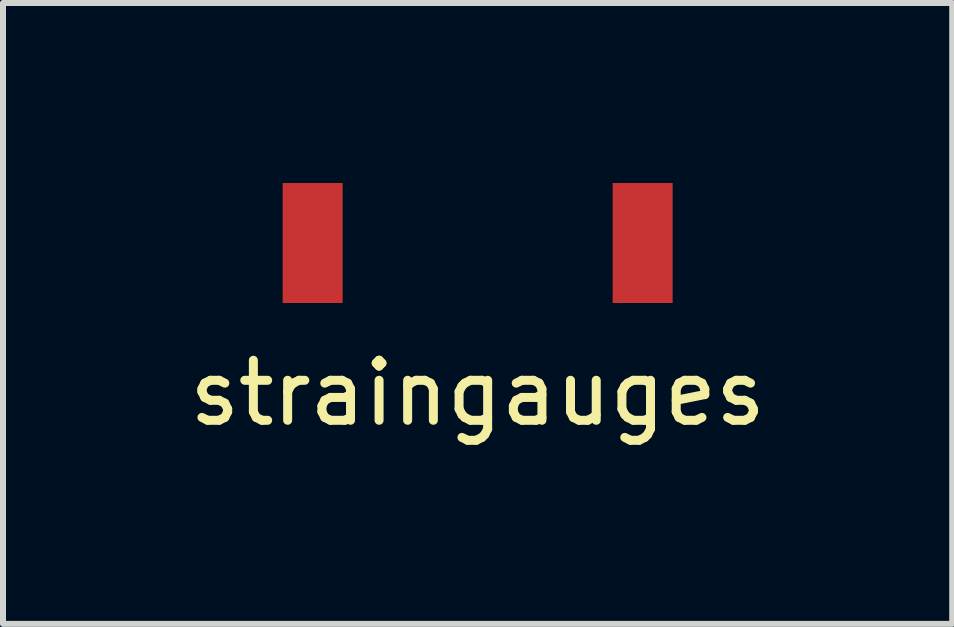
<source format=kicad_pcb>
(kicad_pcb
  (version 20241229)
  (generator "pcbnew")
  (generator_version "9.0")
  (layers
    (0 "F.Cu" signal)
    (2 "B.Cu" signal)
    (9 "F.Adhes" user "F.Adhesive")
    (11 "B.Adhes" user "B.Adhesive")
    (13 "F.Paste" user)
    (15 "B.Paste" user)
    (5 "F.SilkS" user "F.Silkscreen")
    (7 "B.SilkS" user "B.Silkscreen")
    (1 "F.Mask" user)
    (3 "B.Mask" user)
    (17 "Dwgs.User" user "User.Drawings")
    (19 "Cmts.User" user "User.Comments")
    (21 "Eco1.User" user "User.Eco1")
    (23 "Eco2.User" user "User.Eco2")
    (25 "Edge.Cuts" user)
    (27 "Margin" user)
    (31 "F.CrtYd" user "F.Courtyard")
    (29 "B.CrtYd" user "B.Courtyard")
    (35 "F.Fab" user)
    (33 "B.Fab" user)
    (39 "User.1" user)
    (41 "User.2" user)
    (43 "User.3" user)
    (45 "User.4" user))
  (footprint "straingauges"
    (layer "F.Cu")
    (at 4.911 1)
    (property "Reference" "straingauges" (at 0 2.5 0) (layer "F.SilkS") (effects (font (size 1 1) (thickness 0.15))))
    (attr through_hole)
    (pad "1" smd rect (at -2.75 0) (size 1 2) (layers "F.Cu" "F.Mask"))
    (pad "2" smd rect (at 2.75 0) (size 1 2) (layers "F.Cu" "F.Mask")))
  (gr_rect
    (start -3 -3)
    (end 12.821 7.348)
    (stroke (width 0.1) (type default))
    (fill no)
    (layer "Edge.Cuts")))
</source>
